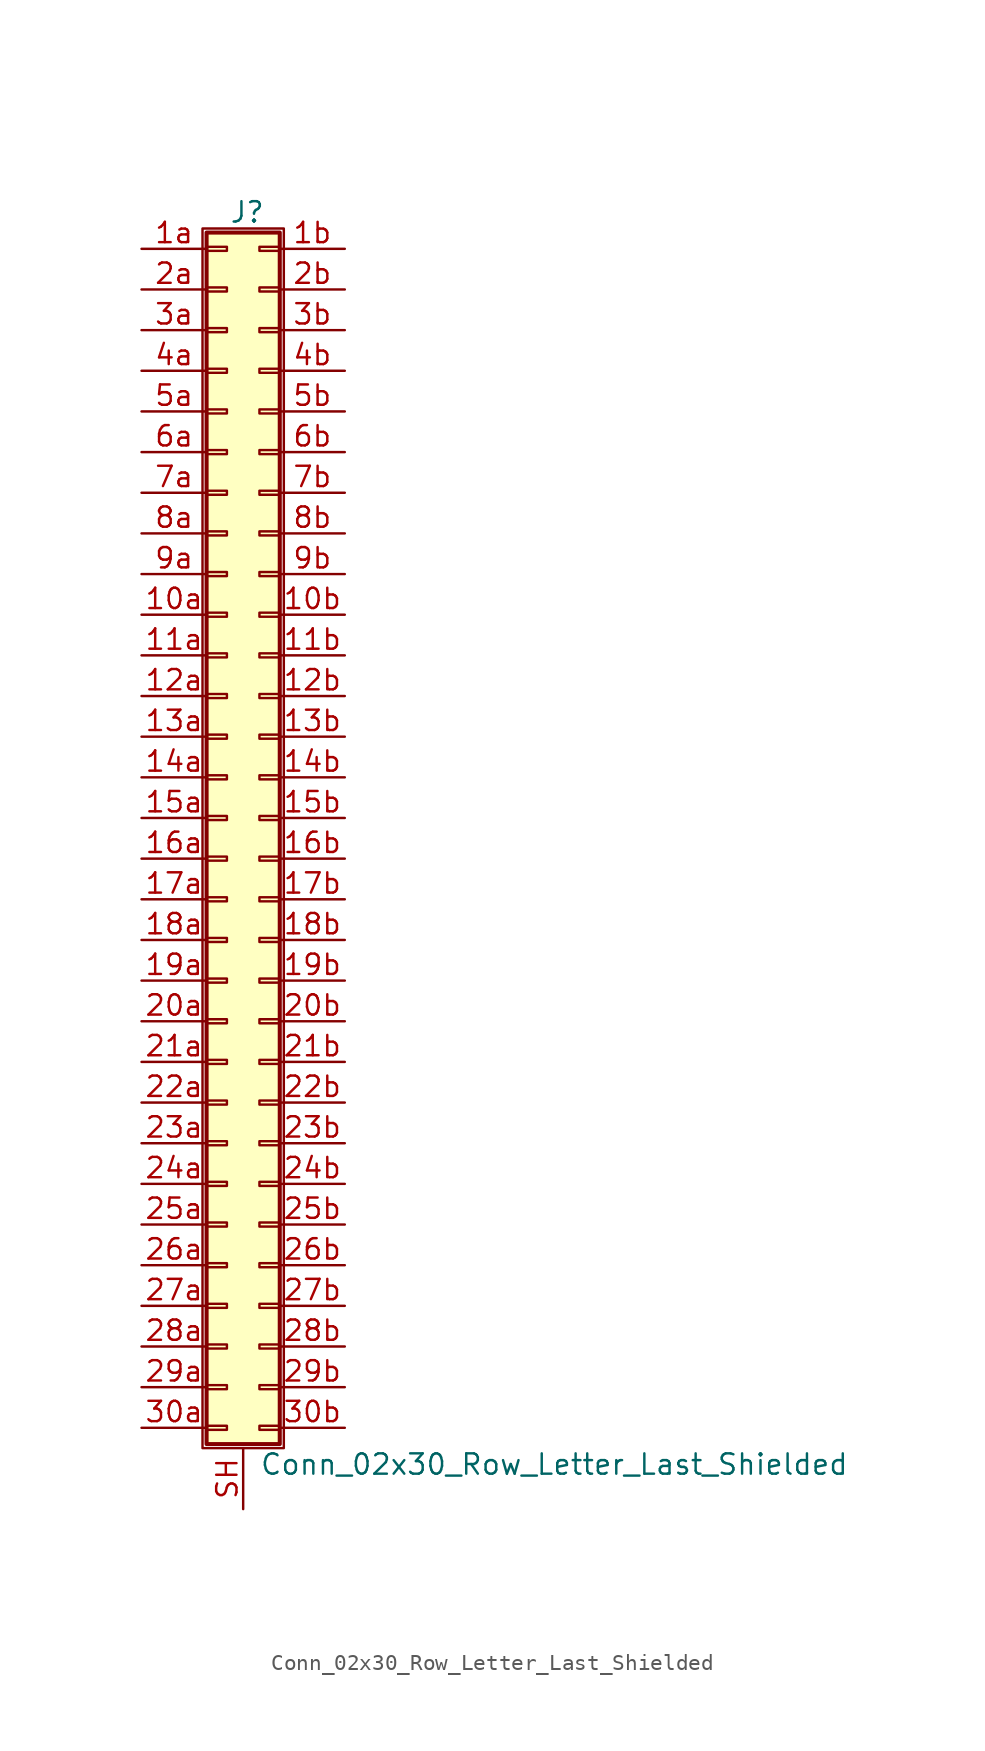
<source format=kicad_sym>
(kicad_symbol_lib
  (version 20201005)
  (generator kicad_symbol_editor)
  (symbol "Connector_Generic_Shielded:Conn_02x30_Row_Letter_Last_Shielded"
    (pin_names
      (offset 1.016) hide)
    (property "Reference" "J"
      (at 1.524 37.846 0)
      (effects (font (size 1.27 1.27))))
    (property "Value" "Conn_02x30_Row_Letter_Last_Shielded"
      (at 2.286 -40.386 0)
      (effects (font (size 1.27 1.27)) (justify left)))
    (symbol "Conn_02x30_Row_Letter_Last_Shielded_1_1"
      (rectangle (start -1.016 -27.813) (end 0.254 -28.067) (stroke (width 0.152)) (fill (type none)))
      (rectangle (start -1.016 -30.353) (end 0.254 -30.607) (stroke (width 0.152)) (fill (type none)))
      (rectangle (start -1.016 -32.893) (end 0.254 -33.147) (stroke (width 0.152)) (fill (type none)))
      (rectangle (start -1.016 -35.433) (end 0.254 -35.687) (stroke (width 0.152)) (fill (type none)))
      (rectangle (start -1.016 -37.973) (end 0.254 -38.227) (stroke (width 0.152)) (fill (type none)))
      (rectangle (start -1.016 -4.953) (end 0.254 -5.207) (stroke (width 0.152)) (fill (type none)))
      (rectangle (start -1.016 -7.493) (end 0.254 -7.747) (stroke (width 0.152)) (fill (type none)))
      (rectangle (start -1.016 -10.033) (end 0.254 -10.287) (stroke (width 0.152)) (fill (type none)))
      (rectangle (start -1.016 -12.573) (end 0.254 -12.827) (stroke (width 0.152)) (fill (type none)))
      (rectangle (start -1.016 -15.113) (end 0.254 -15.367) (stroke (width 0.152)) (fill (type none)))
      (rectangle (start -1.016 -17.653) (end 0.254 -17.907) (stroke (width 0.152)) (fill (type none)))
      (rectangle (start -1.016 -20.193) (end 0.254 -20.447) (stroke (width 0.152)) (fill (type none)))
      (rectangle (start -1.016 -22.733) (end 0.254 -22.987) (stroke (width 0.152)) (fill (type none)))
      (rectangle (start -1.016 -2.413) (end 0.254 -2.667) (stroke (width 0.152)) (fill (type none)))
      (rectangle (start -1.016 -25.273) (end 0.254 -25.527) (stroke (width 0.152)) (fill (type none)))
      (rectangle (start -1.016 25.527) (end 0.254 25.273) (stroke (width 0.152)) (fill (type none)))
      (rectangle (start -1.016 2.667) (end 0.254 2.413) (stroke (width 0.152)) (fill (type none)))
      (rectangle (start -1.016 28.067) (end 0.254 27.813) (stroke (width 0.152)) (fill (type none)))
      (rectangle (start -1.016 30.607) (end 0.254 30.353) (stroke (width 0.152)) (fill (type none)))
      (rectangle (start -1.016 33.147) (end 0.254 32.893) (stroke (width 0.152)) (fill (type none)))
      (rectangle (start -1.016 35.687) (end 0.254 35.433) (stroke (width 0.152)) (fill (type none)))
      (rectangle (start -1.016 36.576) (end 3.556 -39.116) (stroke (width 0.254)) (fill (type background)))
      (rectangle (start -1.016 5.207) (end 0.254 4.953) (stroke (width 0.152)) (fill (type none)))
      (rectangle (start -1.016 7.747) (end 0.254 7.493) (stroke (width 0.152)) (fill (type none)))
      (rectangle (start -1.016 10.287) (end 0.254 10.033) (stroke (width 0.152)) (fill (type none)))
      (rectangle (start -1.016 0.127) (end 0.254 -0.127) (stroke (width 0.152)) (fill (type none)))
      (rectangle (start -1.016 12.827) (end 0.254 12.573) (stroke (width 0.152)) (fill (type none)))
      (rectangle (start -1.016 15.367) (end 0.254 15.113) (stroke (width 0.152)) (fill (type none)))
      (rectangle (start -1.016 17.907) (end 0.254 17.653) (stroke (width 0.152)) (fill (type none)))
      (rectangle (start -1.016 20.447) (end 0.254 20.193) (stroke (width 0.152)) (fill (type none)))
      (rectangle (start -1.016 22.987) (end 0.254 22.733) (stroke (width 0.152)) (fill (type none)))
      (rectangle (start -1.27 36.83) (end 3.81 -39.37) (stroke (width 0.152)) (fill (type none)))
      (rectangle (start 3.556 -27.813) (end 2.286 -28.067) (stroke (width 0.152)) (fill (type none)))
      (rectangle (start 3.556 -30.353) (end 2.286 -30.607) (stroke (width 0.152)) (fill (type none)))
      (rectangle (start 3.556 -32.893) (end 2.286 -33.147) (stroke (width 0.152)) (fill (type none)))
      (rectangle (start 3.556 -35.433) (end 2.286 -35.687) (stroke (width 0.152)) (fill (type none)))
      (rectangle (start 3.556 -37.973) (end 2.286 -38.227) (stroke (width 0.152)) (fill (type none)))
      (rectangle (start 3.556 -4.953) (end 2.286 -5.207) (stroke (width 0.152)) (fill (type none)))
      (rectangle (start 3.556 -7.493) (end 2.286 -7.747) (stroke (width 0.152)) (fill (type none)))
      (rectangle (start 3.556 -10.033) (end 2.286 -10.287) (stroke (width 0.152)) (fill (type none)))
      (rectangle (start 3.556 -12.573) (end 2.286 -12.827) (stroke (width 0.152)) (fill (type none)))
      (rectangle (start 3.556 -15.113) (end 2.286 -15.367) (stroke (width 0.152)) (fill (type none)))
      (rectangle (start 3.556 -17.653) (end 2.286 -17.907) (stroke (width 0.152)) (fill (type none)))
      (rectangle (start 3.556 -20.193) (end 2.286 -20.447) (stroke (width 0.152)) (fill (type none)))
      (rectangle (start 3.556 -22.733) (end 2.286 -22.987) (stroke (width 0.152)) (fill (type none)))
      (rectangle (start 3.556 -2.413) (end 2.286 -2.667) (stroke (width 0.152)) (fill (type none)))
      (rectangle (start 3.556 -25.273) (end 2.286 -25.527) (stroke (width 0.152)) (fill (type none)))
      (rectangle (start 3.556 25.527) (end 2.286 25.273) (stroke (width 0.152)) (fill (type none)))
      (rectangle (start 3.556 2.667) (end 2.286 2.413) (stroke (width 0.152)) (fill (type none)))
      (rectangle (start 3.556 28.067) (end 2.286 27.813) (stroke (width 0.152)) (fill (type none)))
      (rectangle (start 3.556 30.607) (end 2.286 30.353) (stroke (width 0.152)) (fill (type none)))
      (rectangle (start 3.556 33.147) (end 2.286 32.893) (stroke (width 0.152)) (fill (type none)))
      (rectangle (start 3.556 35.687) (end 2.286 35.433) (stroke (width 0.152)) (fill (type none)))
      (rectangle (start 3.556 5.207) (end 2.286 4.953) (stroke (width 0.152)) (fill (type none)))
      (rectangle (start 3.556 7.747) (end 2.286 7.493) (stroke (width 0.152)) (fill (type none)))
      (rectangle (start 3.556 10.287) (end 2.286 10.033) (stroke (width 0.152)) (fill (type none)))
      (rectangle (start 3.556 0.127) (end 2.286 -0.127) (stroke (width 0.152)) (fill (type none)))
      (rectangle (start 3.556 12.827) (end 2.286 12.573) (stroke (width 0.152)) (fill (type none)))
      (rectangle (start 3.556 15.367) (end 2.286 15.113) (stroke (width 0.152)) (fill (type none)))
      (rectangle (start 3.556 17.907) (end 2.286 17.653) (stroke (width 0.152)) (fill (type none)))
      (rectangle (start 3.556 20.447) (end 2.286 20.193) (stroke (width 0.152)) (fill (type none)))
      (rectangle (start 3.556 22.987) (end 2.286 22.733) (stroke (width 0.152)) (fill (type none)))
      (pin passive line (at -5.08 12.7 0) (length 4.064) (name "Pin_10a" (effects (font (size 1.27 1.27)))) (number "10a" (effects (font (size 1.27 1.27)))))
      (pin passive line (at 7.62 12.7 180) (length 4.064) (name "Pin_10b" (effects (font (size 1.27 1.27)))) (number "10b" (effects (font (size 1.27 1.27)))))
      (pin passive line (at -5.08 10.16 0) (length 4.064) (name "Pin_11a" (effects (font (size 1.27 1.27)))) (number "11a" (effects (font (size 1.27 1.27)))))
      (pin passive line (at 7.62 10.16 180) (length 4.064) (name "Pin_11b" (effects (font (size 1.27 1.27)))) (number "11b" (effects (font (size 1.27 1.27)))))
      (pin passive line (at -5.08 7.62 0) (length 4.064) (name "Pin_12a" (effects (font (size 1.27 1.27)))) (number "12a" (effects (font (size 1.27 1.27)))))
      (pin passive line (at 7.62 7.62 180) (length 4.064) (name "Pin_12b" (effects (font (size 1.27 1.27)))) (number "12b" (effects (font (size 1.27 1.27)))))
      (pin passive line (at -5.08 5.08 0) (length 4.064) (name "Pin_13a" (effects (font (size 1.27 1.27)))) (number "13a" (effects (font (size 1.27 1.27)))))
      (pin passive line (at 7.62 5.08 180) (length 4.064) (name "Pin_13b" (effects (font (size 1.27 1.27)))) (number "13b" (effects (font (size 1.27 1.27)))))
      (pin passive line (at -5.08 2.54 0) (length 4.064) (name "Pin_14a" (effects (font (size 1.27 1.27)))) (number "14a" (effects (font (size 1.27 1.27)))))
      (pin passive line (at 7.62 2.54 180) (length 4.064) (name "Pin_14b" (effects (font (size 1.27 1.27)))) (number "14b" (effects (font (size 1.27 1.27)))))
      (pin passive line (at -5.08 0 0) (length 4.064) (name "Pin_15a" (effects (font (size 1.27 1.27)))) (number "15a" (effects (font (size 1.27 1.27)))))
      (pin passive line (at 7.62 0 180) (length 4.064) (name "Pin_15b" (effects (font (size 1.27 1.27)))) (number "15b" (effects (font (size 1.27 1.27)))))
      (pin passive line (at -5.08 -2.54 0) (length 4.064) (name "Pin_16a" (effects (font (size 1.27 1.27)))) (number "16a" (effects (font (size 1.27 1.27)))))
      (pin passive line (at 7.62 -2.54 180) (length 4.064) (name "Pin_16b" (effects (font (size 1.27 1.27)))) (number "16b" (effects (font (size 1.27 1.27)))))
      (pin passive line (at -5.08 -5.08 0) (length 4.064) (name "Pin_17a" (effects (font (size 1.27 1.27)))) (number "17a" (effects (font (size 1.27 1.27)))))
      (pin passive line (at 7.62 -5.08 180) (length 4.064) (name "Pin_17b" (effects (font (size 1.27 1.27)))) (number "17b" (effects (font (size 1.27 1.27)))))
      (pin passive line (at -5.08 -7.62 0) (length 4.064) (name "Pin_18a" (effects (font (size 1.27 1.27)))) (number "18a" (effects (font (size 1.27 1.27)))))
      (pin passive line (at 7.62 -7.62 180) (length 4.064) (name "Pin_18b" (effects (font (size 1.27 1.27)))) (number "18b" (effects (font (size 1.27 1.27)))))
      (pin passive line (at -5.08 -10.16 0) (length 4.064) (name "Pin_19a" (effects (font (size 1.27 1.27)))) (number "19a" (effects (font (size 1.27 1.27)))))
      (pin passive line (at 7.62 -10.16 180) (length 4.064) (name "Pin_19b" (effects (font (size 1.27 1.27)))) (number "19b" (effects (font (size 1.27 1.27)))))
      (pin passive line (at -5.08 35.56 0) (length 4.064) (name "Pin_1a" (effects (font (size 1.27 1.27)))) (number "1a" (effects (font (size 1.27 1.27)))))
      (pin passive line (at 7.62 35.56 180) (length 4.064) (name "Pin_1b" (effects (font (size 1.27 1.27)))) (number "1b" (effects (font (size 1.27 1.27)))))
      (pin passive line (at -5.08 -12.7 0) (length 4.064) (name "Pin_20a" (effects (font (size 1.27 1.27)))) (number "20a" (effects (font (size 1.27 1.27)))))
      (pin passive line (at 7.62 -12.7 180) (length 4.064) (name "Pin_20b" (effects (font (size 1.27 1.27)))) (number "20b" (effects (font (size 1.27 1.27)))))
      (pin passive line (at -5.08 -15.24 0) (length 4.064) (name "Pin_21a" (effects (font (size 1.27 1.27)))) (number "21a" (effects (font (size 1.27 1.27)))))
      (pin passive line (at 7.62 -15.24 180) (length 4.064) (name "Pin_21b" (effects (font (size 1.27 1.27)))) (number "21b" (effects (font (size 1.27 1.27)))))
      (pin passive line (at -5.08 -17.78 0) (length 4.064) (name "Pin_22a" (effects (font (size 1.27 1.27)))) (number "22a" (effects (font (size 1.27 1.27)))))
      (pin passive line (at 7.62 -17.78 180) (length 4.064) (name "Pin_22b" (effects (font (size 1.27 1.27)))) (number "22b" (effects (font (size 1.27 1.27)))))
      (pin passive line (at -5.08 -20.32 0) (length 4.064) (name "Pin_23a" (effects (font (size 1.27 1.27)))) (number "23a" (effects (font (size 1.27 1.27)))))
      (pin passive line (at 7.62 -20.32 180) (length 4.064) (name "Pin_23b" (effects (font (size 1.27 1.27)))) (number "23b" (effects (font (size 1.27 1.27)))))
      (pin passive line (at -5.08 -22.86 0) (length 4.064) (name "Pin_24a" (effects (font (size 1.27 1.27)))) (number "24a" (effects (font (size 1.27 1.27)))))
      (pin passive line (at 7.62 -22.86 180) (length 4.064) (name "Pin_24b" (effects (font (size 1.27 1.27)))) (number "24b" (effects (font (size 1.27 1.27)))))
      (pin passive line (at -5.08 -25.4 0) (length 4.064) (name "Pin_25a" (effects (font (size 1.27 1.27)))) (number "25a" (effects (font (size 1.27 1.27)))))
      (pin passive line (at 7.62 -25.4 180) (length 4.064) (name "Pin_25b" (effects (font (size 1.27 1.27)))) (number "25b" (effects (font (size 1.27 1.27)))))
      (pin passive line (at -5.08 -27.94 0) (length 4.064) (name "Pin_26a" (effects (font (size 1.27 1.27)))) (number "26a" (effects (font (size 1.27 1.27)))))
      (pin passive line (at 7.62 -27.94 180) (length 4.064) (name "Pin_26b" (effects (font (size 1.27 1.27)))) (number "26b" (effects (font (size 1.27 1.27)))))
      (pin passive line (at -5.08 -30.48 0) (length 4.064) (name "Pin_27a" (effects (font (size 1.27 1.27)))) (number "27a" (effects (font (size 1.27 1.27)))))
      (pin passive line (at 7.62 -30.48 180) (length 4.064) (name "Pin_27b" (effects (font (size 1.27 1.27)))) (number "27b" (effects (font (size 1.27 1.27)))))
      (pin passive line (at -5.08 -33.02 0) (length 4.064) (name "Pin_28a" (effects (font (size 1.27 1.27)))) (number "28a" (effects (font (size 1.27 1.27)))))
      (pin passive line (at 7.62 -33.02 180) (length 4.064) (name "Pin_28b" (effects (font (size 1.27 1.27)))) (number "28b" (effects (font (size 1.27 1.27)))))
      (pin passive line (at -5.08 -35.56 0) (length 4.064) (name "Pin_29a" (effects (font (size 1.27 1.27)))) (number "29a" (effects (font (size 1.27 1.27)))))
      (pin passive line (at 7.62 -35.56 180) (length 4.064) (name "Pin_29b" (effects (font (size 1.27 1.27)))) (number "29b" (effects (font (size 1.27 1.27)))))
      (pin passive line (at -5.08 33.02 0) (length 4.064) (name "Pin_2a" (effects (font (size 1.27 1.27)))) (number "2a" (effects (font (size 1.27 1.27)))))
      (pin passive line (at 7.62 33.02 180) (length 4.064) (name "Pin_2b" (effects (font (size 1.27 1.27)))) (number "2b" (effects (font (size 1.27 1.27)))))
      (pin passive line (at -5.08 -38.1 0) (length 4.064) (name "Pin_30a" (effects (font (size 1.27 1.27)))) (number "30a" (effects (font (size 1.27 1.27)))))
      (pin passive line (at 7.62 -38.1 180) (length 4.064) (name "Pin_30b" (effects (font (size 1.27 1.27)))) (number "30b" (effects (font (size 1.27 1.27)))))
      (pin passive line (at -5.08 30.48 0) (length 4.064) (name "Pin_3a" (effects (font (size 1.27 1.27)))) (number "3a" (effects (font (size 1.27 1.27)))))
      (pin passive line (at 7.62 30.48 180) (length 4.064) (name "Pin_3b" (effects (font (size 1.27 1.27)))) (number "3b" (effects (font (size 1.27 1.27)))))
      (pin passive line (at -5.08 27.94 0) (length 4.064) (name "Pin_4a" (effects (font (size 1.27 1.27)))) (number "4a" (effects (font (size 1.27 1.27)))))
      (pin passive line (at 7.62 27.94 180) (length 4.064) (name "Pin_4b" (effects (font (size 1.27 1.27)))) (number "4b" (effects (font (size 1.27 1.27)))))
      (pin passive line (at -5.08 25.4 0) (length 4.064) (name "Pin_5a" (effects (font (size 1.27 1.27)))) (number "5a" (effects (font (size 1.27 1.27)))))
      (pin passive line (at 7.62 25.4 180) (length 4.064) (name "Pin_5b" (effects (font (size 1.27 1.27)))) (number "5b" (effects (font (size 1.27 1.27)))))
      (pin passive line (at -5.08 22.86 0) (length 4.064) (name "Pin_6a" (effects (font (size 1.27 1.27)))) (number "6a" (effects (font (size 1.27 1.27)))))
      (pin passive line (at 7.62 22.86 180) (length 4.064) (name "Pin_6b" (effects (font (size 1.27 1.27)))) (number "6b" (effects (font (size 1.27 1.27)))))
      (pin passive line (at -5.08 20.32 0) (length 4.064) (name "Pin_7a" (effects (font (size 1.27 1.27)))) (number "7a" (effects (font (size 1.27 1.27)))))
      (pin passive line (at 7.62 20.32 180) (length 4.064) (name "Pin_7b" (effects (font (size 1.27 1.27)))) (number "7b" (effects (font (size 1.27 1.27)))))
      (pin passive line (at -5.08 17.78 0) (length 4.064) (name "Pin_8a" (effects (font (size 1.27 1.27)))) (number "8a" (effects (font (size 1.27 1.27)))))
      (pin passive line (at 7.62 17.78 180) (length 4.064) (name "Pin_8b" (effects (font (size 1.27 1.27)))) (number "8b" (effects (font (size 1.27 1.27)))))
      (pin passive line (at -5.08 15.24 0) (length 4.064) (name "Pin_9a" (effects (font (size 1.27 1.27)))) (number "9a" (effects (font (size 1.27 1.27)))))
      (pin passive line (at 7.62 15.24 180) (length 4.064) (name "Pin_9b" (effects (font (size 1.27 1.27)))) (number "9b" (effects (font (size 1.27 1.27)))))
      (pin passive line (at 1.27 -43.18 90) (length 3.81) (name "Shield" (effects (font (size 1.27 1.27)))) (number "SH" (effects (font (size 1.27 1.27))))))))
</source>
